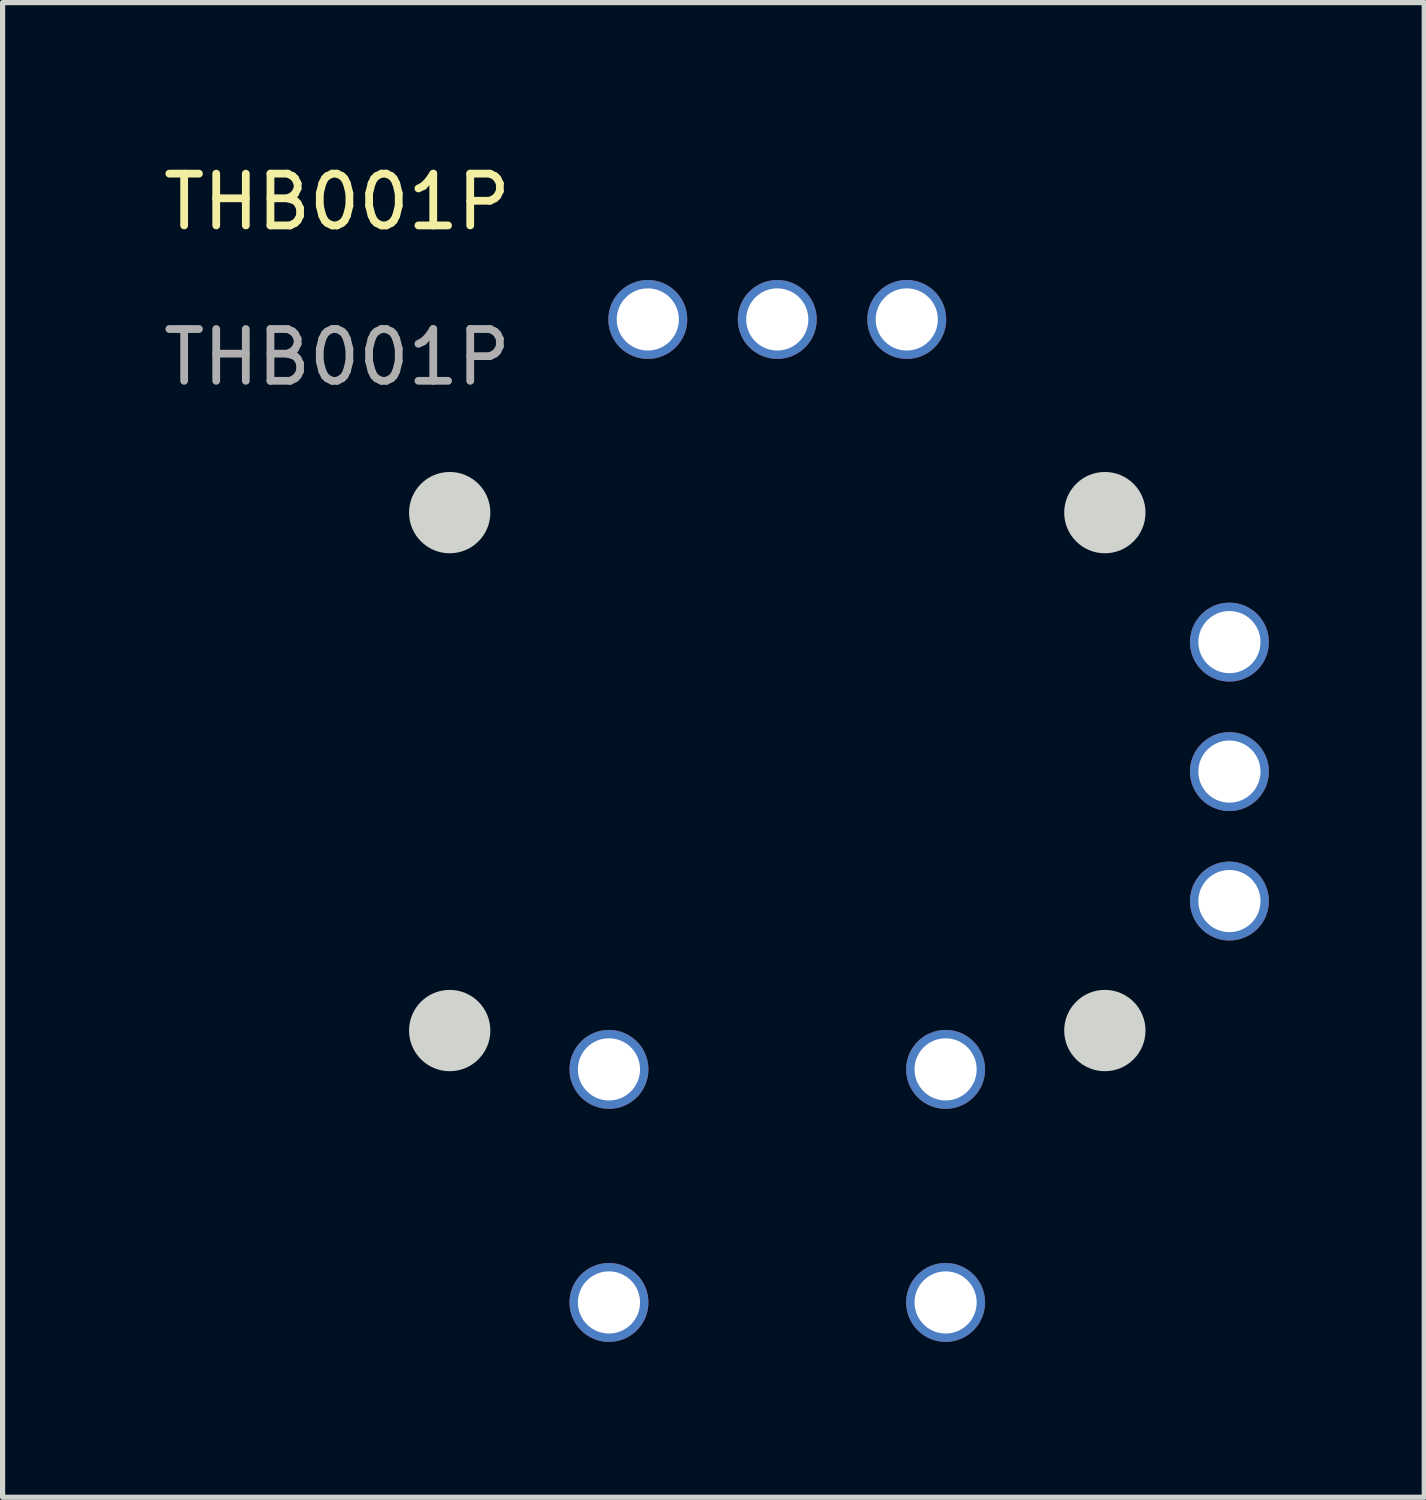
<source format=kicad_pcb>
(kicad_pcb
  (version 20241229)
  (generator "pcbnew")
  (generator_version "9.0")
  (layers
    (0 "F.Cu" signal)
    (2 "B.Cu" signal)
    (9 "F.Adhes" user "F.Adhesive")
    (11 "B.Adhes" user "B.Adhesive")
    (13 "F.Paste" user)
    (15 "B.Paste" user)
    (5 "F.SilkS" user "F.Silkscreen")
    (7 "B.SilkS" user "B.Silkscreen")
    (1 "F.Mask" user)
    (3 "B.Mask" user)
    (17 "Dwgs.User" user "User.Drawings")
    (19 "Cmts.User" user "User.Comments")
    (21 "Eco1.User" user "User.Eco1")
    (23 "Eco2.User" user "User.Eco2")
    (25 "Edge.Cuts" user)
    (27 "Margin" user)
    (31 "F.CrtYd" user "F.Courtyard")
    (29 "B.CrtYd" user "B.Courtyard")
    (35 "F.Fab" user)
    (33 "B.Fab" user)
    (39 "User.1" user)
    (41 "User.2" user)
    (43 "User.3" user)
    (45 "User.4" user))
  (footprint "THB001P"
    (layer "F.Cu")
    (at 11.958 11.848)
    (property "Reference" "THB001P" (at -8.5 -11 0) (unlocked yes) (layer "F.SilkS") (effects (font (size 1 1) (thickness 0.15))))
    (attr through_hole)
    (fp_circle (center -6.325 -5) (end -5.6 -5) (stroke (width 0.12) (type solid)) (fill yes) (layer "Edge.Cuts"))
    (fp_circle (center -6.325 5) (end -5.6 5) (stroke (width 0.12) (type solid)) (fill yes) (layer "Edge.Cuts"))
    (fp_circle (center 6.325 -5) (end 7.05 -5) (stroke (width 0.12) (type solid)) (fill yes) (layer "Edge.Cuts"))
    (fp_circle (center 6.325 5) (end 7.05 5) (stroke (width 0.12) (type solid)) (fill yes) (layer "Edge.Cuts"))
    (fp_text user "${REFERENCE}" (at -8.5 -8 0) (unlocked yes) (layer "F.Fab") (effects (font (size 1 1) (thickness 0.15))))
    (pad "1" thru_hole circle (at 2.5 -8.73) (size 1.524 1.524) (drill 1.2) (layers "*.Cu" "*.Mask"))
    (pad "1'" thru_hole circle (at 8.73 2.5) (size 1.524 1.524) (drill 1.2) (layers "*.Cu" "*.Mask"))
    (pad "2" thru_hole circle (at 0 -8.73) (size 1.524 1.524) (drill 1.2) (layers "*.Cu" "*.Mask"))
    (pad "2'" thru_hole circle (at 8.73 0) (size 1.524 1.524) (drill 1.2) (layers "*.Cu" "*.Mask"))
    (pad "3" thru_hole circle (at -2.5 -8.73) (size 1.524 1.524) (drill 1.2) (layers "*.Cu" "*.Mask"))
    (pad "3'" thru_hole circle (at 8.73 -2.5) (size 1.524 1.524) (drill 1.2) (layers "*.Cu" "*.Mask"))
    (pad "a" thru_hole circle (at -3.25 5.75) (size 1.524 1.524) (drill 1.2) (layers "*.Cu" "*.Mask"))
    (pad "b" thru_hole circle (at 3.25 5.75) (size 1.524 1.524) (drill 1.2) (layers "*.Cu" "*.Mask"))
    (pad "c" thru_hole circle (at -3.25 10.25) (size 1.524 1.524) (drill 1.2) (layers "*.Cu" "*.Mask"))
    (pad "d" thru_hole circle (at 3.25 10.25) (size 1.524 1.524) (drill 1.2) (layers "*.Cu" "*.Mask")))
  (gr_rect
    (start -3 -3)
    (end 24.45 25.86)
    (stroke (width 0.1) (type default))
    (fill no)
    (layer "Edge.Cuts")))
</source>
